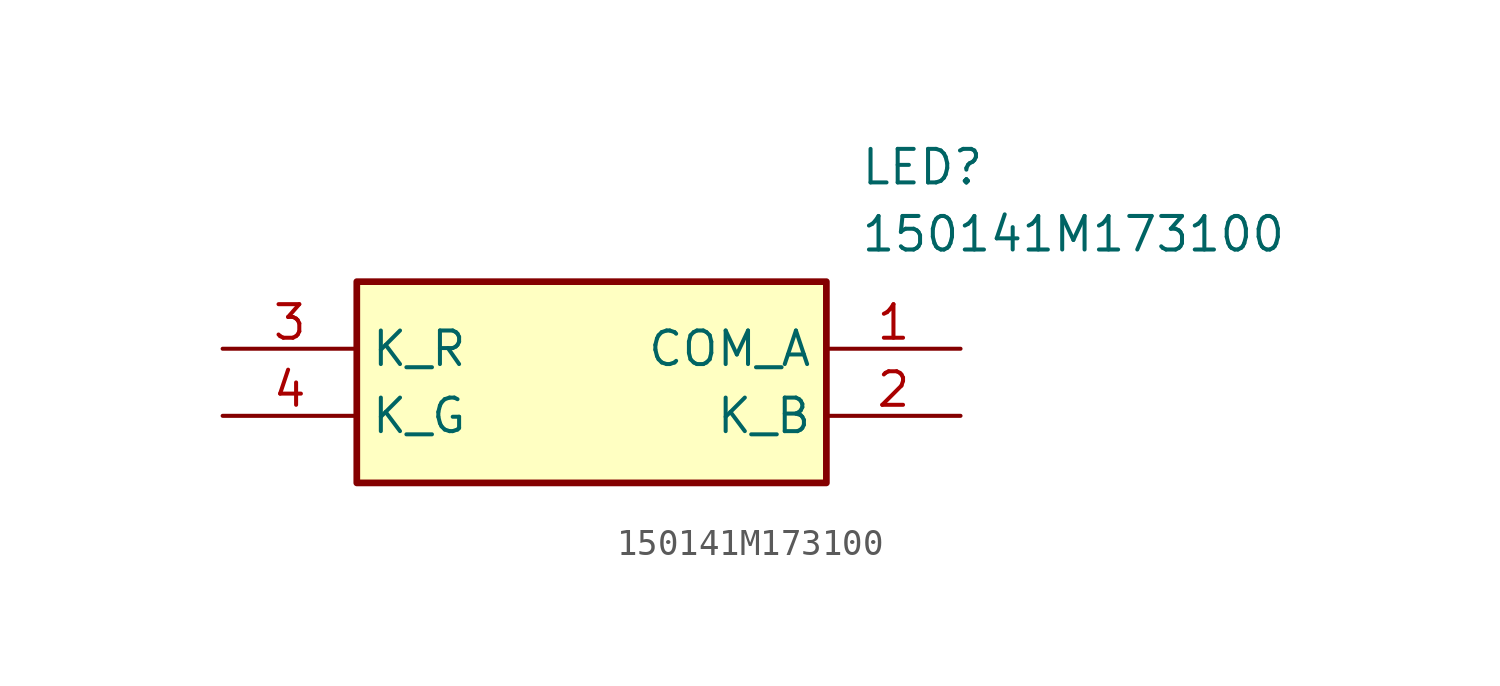
<source format=kicad_sym>
(kicad_symbol_lib
  (version 20211014)
  (generator SamacSys_ECAD_Model)
  (symbol "150141M173100"
    (property "Reference" "LED"
      (at 24.13 7.62 0)
      (effects (font (size 1.27 1.27)) (justify left top)))
    (property "Value" "150141M173100"
      (at 24.13 5.08 0)
      (effects (font (size 1.27 1.27)) (justify left top)))
    (rectangle
      (start 5.08 2.54)
      (end 22.86 -5.08)
      (stroke (width 0.254) (type default))
      (fill (type background)))
    (pin passive line
      (at 27.94 0 180)
      (length 5.08)
      (name "COM_A" (effects (font (size 1.27 1.27))))
      (number "1" (effects (font (size 1.27 1.27)))))
    (pin passive line
      (at 27.94 -2.54 180)
      (length 5.08)
      (name "K_B" (effects (font (size 1.27 1.27))))
      (number "2" (effects (font (size 1.27 1.27)))))
    (pin passive line
      (at 0 0 0)
      (length 5.08)
      (name "K_R" (effects (font (size 1.27 1.27))))
      (number "3" (effects (font (size 1.27 1.27)))))
    (pin passive line
      (at 0 -2.54 0)
      (length 5.08)
      (name "K_G" (effects (font (size 1.27 1.27))))
      (number "4" (effects (font (size 1.27 1.27)))))))
</source>
